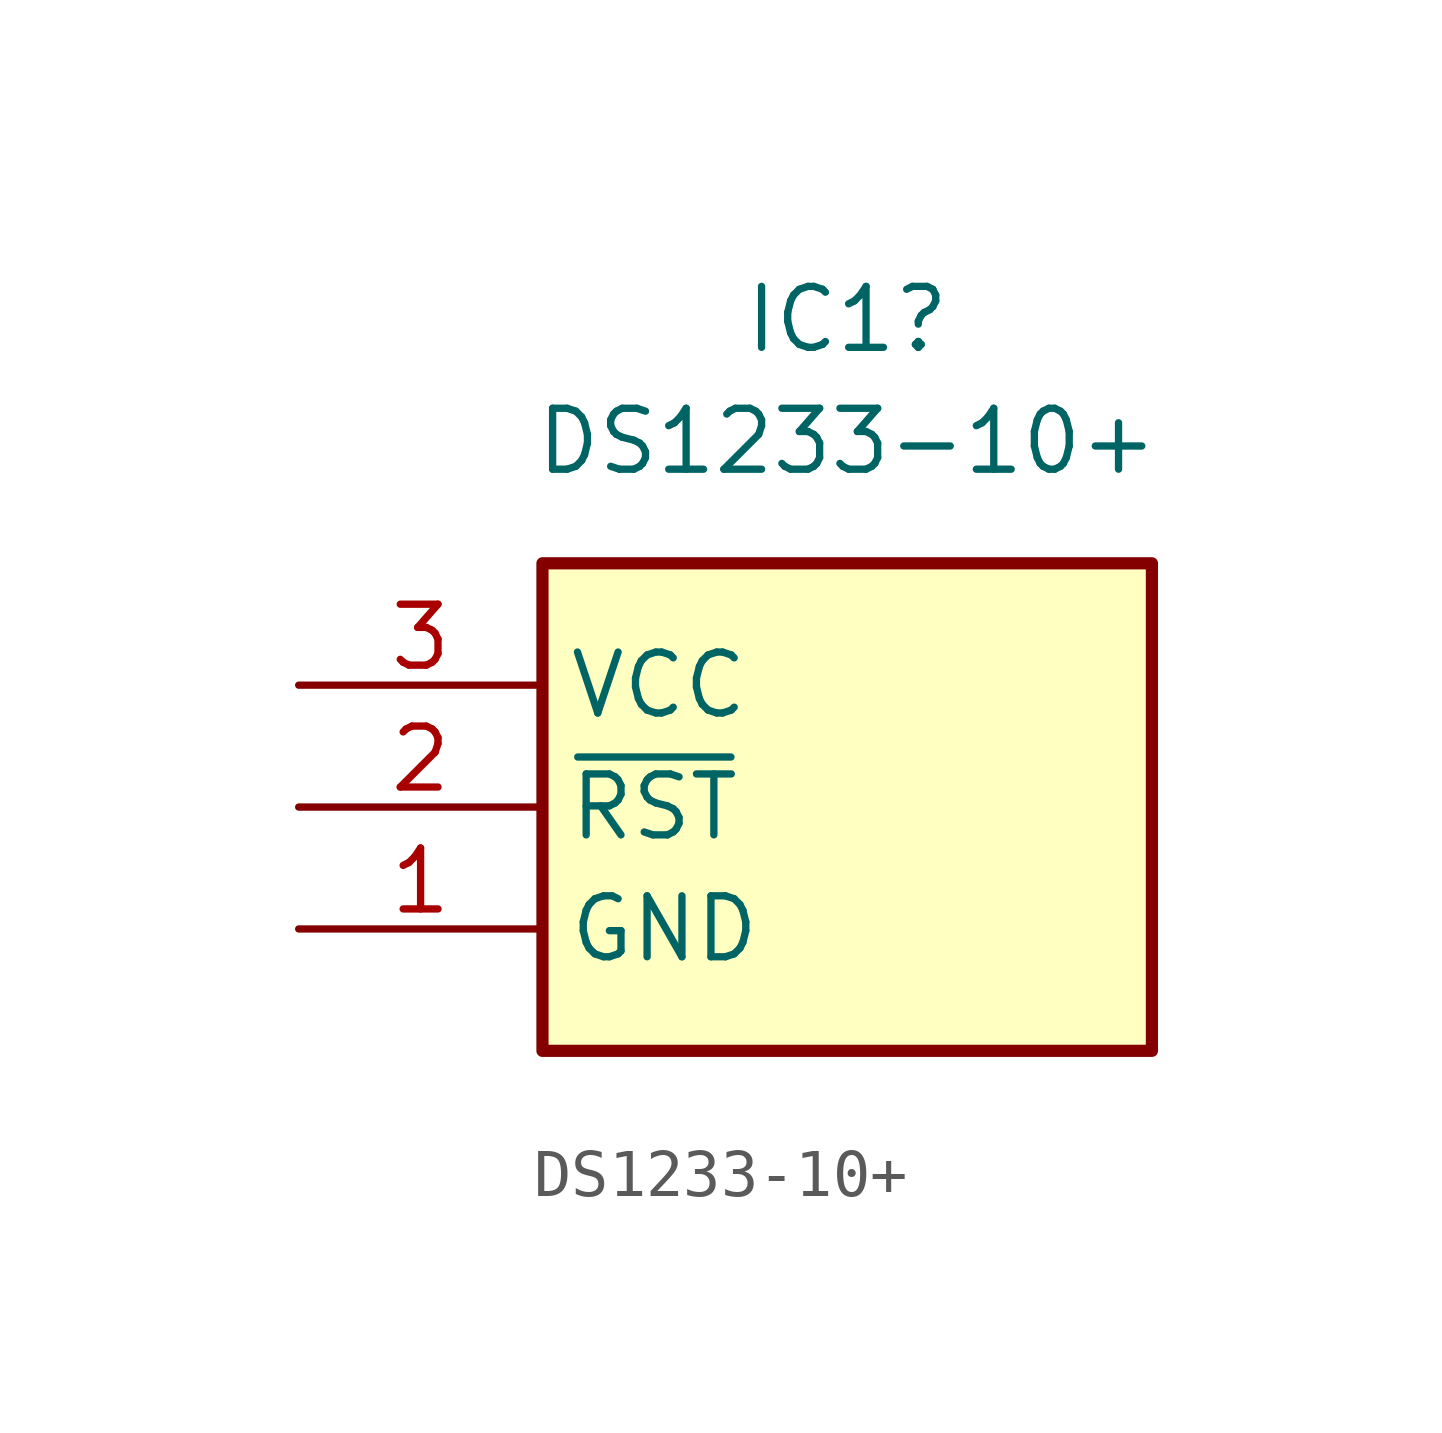
<source format=kicad_sym>
(kicad_symbol_lib
  (version 20231120)
  (generator "kicad_symbol_editor")
  (generator_version "8.0")
  (symbol "DS1233-10+"
    (property "Reference" "IC1"
      (at 11.43 7.62 0)
      (effects (font (size 1.27 1.27))))
    (property "Value" "DS1233-10+"
      (at 11.43 5.08 0)
      (effects (font (size 1.27 1.27))))
    (symbol "DS1233-10+_1_1"
      (rectangle (start 5.08 2.54) (end 17.78 -7.62) (stroke (width 0.254) (type default)) (fill (type background)))
      (pin power_in line (at 0 -5.08 0) (length 5.08) (name "GND" (effects (font (size 1.27 1.27)))) (number "1" (effects (font (size 1.27 1.27)))))
      (pin input line (at 0 -2.54 0) (length 5.08) (name "~{RST}" (effects (font (size 1.27 1.27)))) (number "2" (effects (font (size 1.27 1.27)))))
      (pin power_in line (at 0 0 0) (length 5.08) (name "VCC" (effects (font (size 1.27 1.27)))) (number "3" (effects (font (size 1.27 1.27))))))))
</source>
